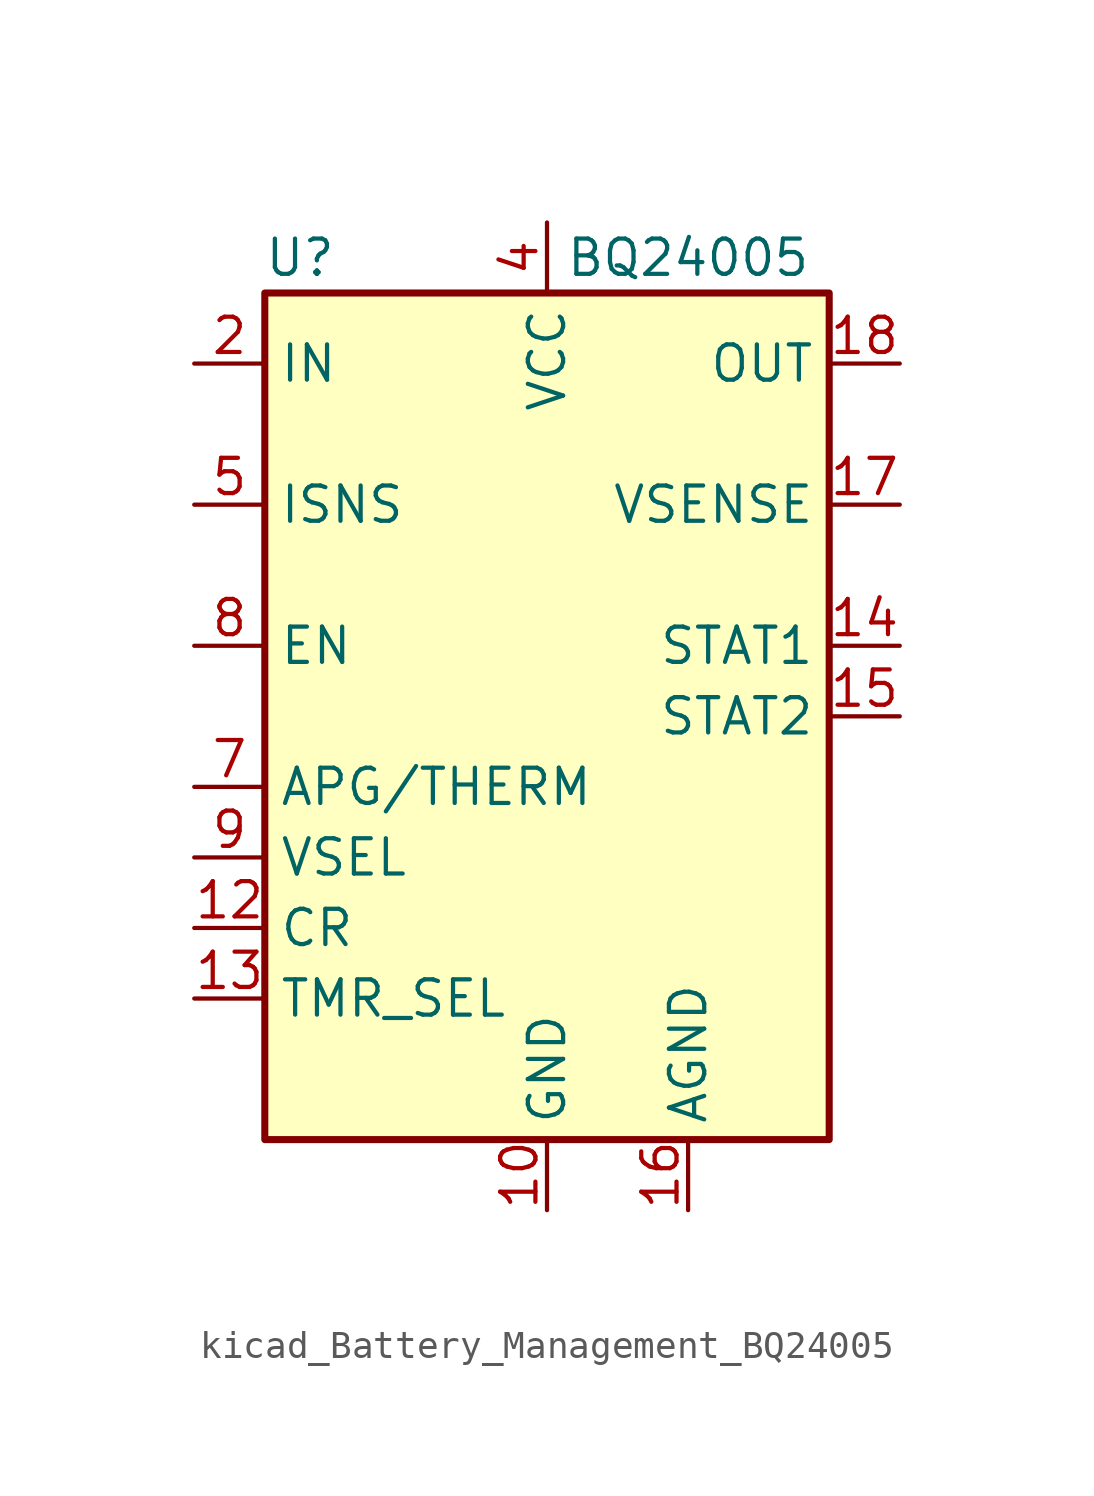
<source format=kicad_sym>
(kicad_symbol_lib
  (version 20220914)
  (generator kicad_symbol_editor)
  (symbol "kicad_Battery_Management_BQ24005"
    (property "Reference" "U"
      (at -8.89 16.51 0)
      (effects (font (size 1.27 1.27))))
    (property "Value" "BQ24005"
      (at 5.08 16.51 0)
      (effects (font (size 1.27 1.27))))
    (symbol "kicad_Battery_Management_BQ24005_0_1"
      (rectangle (start -10.16 15.24) (end 10.16 -15.24) (stroke (width 0.254) (type default)) (fill (type background))))
    (symbol "kicad_Battery_Management_BQ24005_1_1"
      (pin no_connect line (at 10.16 -2.54 180) (length 2.54) hide (name "N/C" (effects (font (size 1.27 1.27)))) (number "1" (effects (font (size 1.27 1.27)))))
      (pin power_in line (at 0 -17.78 90) (length 2.54) (name "GND" (effects (font (size 1.27 1.27)))) (number "10" (effects (font (size 1.27 1.27)))))
      (pin no_connect line (at 10.16 -7.62 180) (length 2.54) hide (name "N/C" (effects (font (size 1.27 1.27)))) (number "11" (effects (font (size 1.27 1.27)))))
      (pin input line (at -12.7 -7.62 0) (length 2.54) (name "CR" (effects (font (size 1.27 1.27)))) (number "12" (effects (font (size 1.27 1.27)))))
      (pin input line (at -12.7 -10.16 0) (length 2.54) (name "TMR_SEL" (effects (font (size 1.27 1.27)))) (number "13" (effects (font (size 1.27 1.27)))))
      (pin open_collector line (at 12.7 2.54 180) (length 2.54) (name "STAT1" (effects (font (size 1.27 1.27)))) (number "14" (effects (font (size 1.27 1.27)))))
      (pin open_collector line (at 12.7 0 180) (length 2.54) (name "STAT2" (effects (font (size 1.27 1.27)))) (number "15" (effects (font (size 1.27 1.27)))))
      (pin power_in line (at 5.08 -17.78 90) (length 2.54) (name "AGND" (effects (font (size 1.27 1.27)))) (number "16" (effects (font (size 1.27 1.27)))))
      (pin input line (at 12.7 7.62 180) (length 2.54) (name "VSENSE" (effects (font (size 1.27 1.27)))) (number "17" (effects (font (size 1.27 1.27)))))
      (pin output line (at 12.7 12.7 180) (length 2.54) (name "OUT" (effects (font (size 1.27 1.27)))) (number "18" (effects (font (size 1.27 1.27)))))
      (pin passive line (at 12.7 12.7 180) (length 2.54) hide (name "OUT" (effects (font (size 1.27 1.27)))) (number "19" (effects (font (size 1.27 1.27)))))
      (pin input line (at -12.7 12.7 0) (length 2.54) (name "IN" (effects (font (size 1.27 1.27)))) (number "2" (effects (font (size 1.27 1.27)))))
      (pin no_connect line (at 10.16 -10.16 180) (length 2.54) hide (name "N/C" (effects (font (size 1.27 1.27)))) (number "20" (effects (font (size 1.27 1.27)))))
      (pin passive line (at 0 -17.78 90) (length 2.54) hide (name "GND" (effects (font (size 1.27 1.27)))) (number "21" (effects (font (size 1.27 1.27)))))
      (pin input line (at -12.7 12.7 0) (length 2.54) hide (name "IN" (effects (font (size 1.27 1.27)))) (number "3" (effects (font (size 1.27 1.27)))))
      (pin power_in line (at 0 17.78 270) (length 2.54) (name "VCC" (effects (font (size 1.27 1.27)))) (number "4" (effects (font (size 1.27 1.27)))))
      (pin input line (at -12.7 7.62 0) (length 2.54) (name "ISNS" (effects (font (size 1.27 1.27)))) (number "5" (effects (font (size 1.27 1.27)))))
      (pin no_connect line (at 10.16 -5.08 180) (length 2.54) hide (name "N/C" (effects (font (size 1.27 1.27)))) (number "6" (effects (font (size 1.27 1.27)))))
      (pin input line (at -12.7 -2.54 0) (length 2.54) (name "APG/THERM" (effects (font (size 1.27 1.27)))) (number "7" (effects (font (size 1.27 1.27)))))
      (pin input line (at -12.7 2.54 0) (length 2.54) (name "EN" (effects (font (size 1.27 1.27)))) (number "8" (effects (font (size 1.27 1.27)))))
      (pin input line (at -12.7 -5.08 0) (length 2.54) (name "VSEL" (effects (font (size 1.27 1.27)))) (number "9" (effects (font (size 1.27 1.27))))))))
</source>
